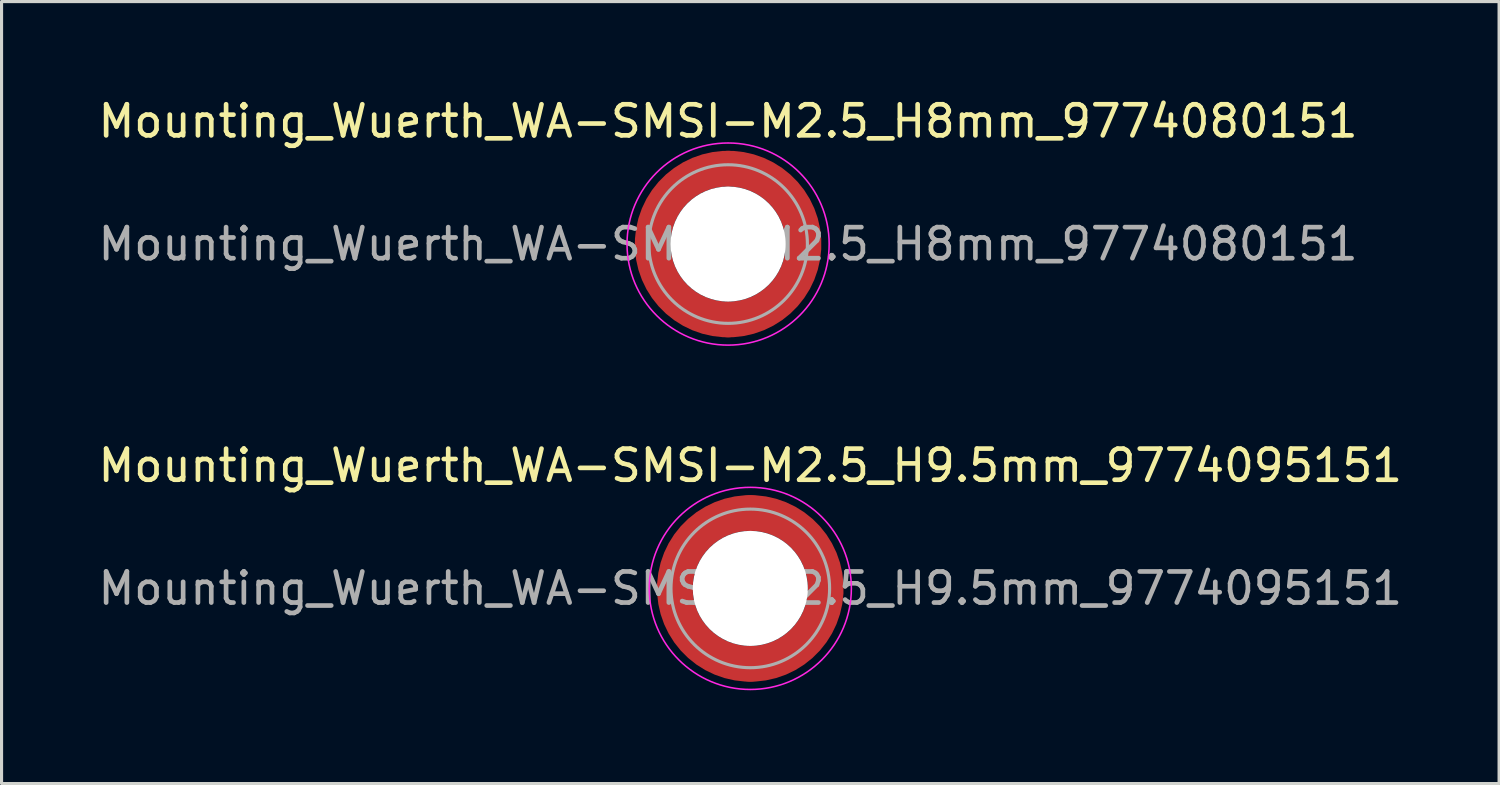
<source format=kicad_pcb>
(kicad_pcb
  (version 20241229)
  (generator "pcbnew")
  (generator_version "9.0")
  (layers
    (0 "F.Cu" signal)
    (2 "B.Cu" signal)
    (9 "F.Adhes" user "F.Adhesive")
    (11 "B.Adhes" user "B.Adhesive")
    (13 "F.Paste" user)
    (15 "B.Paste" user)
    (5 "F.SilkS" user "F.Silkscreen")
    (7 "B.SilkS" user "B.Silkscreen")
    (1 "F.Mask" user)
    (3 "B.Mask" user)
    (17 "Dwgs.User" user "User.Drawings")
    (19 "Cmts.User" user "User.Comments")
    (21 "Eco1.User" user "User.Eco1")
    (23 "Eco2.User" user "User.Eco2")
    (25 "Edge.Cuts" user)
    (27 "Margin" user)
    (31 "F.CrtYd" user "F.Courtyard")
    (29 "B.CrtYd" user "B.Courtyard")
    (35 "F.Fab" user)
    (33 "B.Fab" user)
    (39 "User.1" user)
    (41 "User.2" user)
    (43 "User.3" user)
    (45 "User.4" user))
  (footprint "Mounting_Wuerth_WA-SMSI-M2.5_H9.5mm_9774095151"
    (layer "F.Cu")
    (at 21.077 15.871)
    (property "Reference" "Mounting_Wuerth_WA-SMSI-M2.5_H9.5mm_9774095151" (at 0 -3.95 0) (layer "F.SilkS") (effects (font (size 1 1) (thickness 0.15))))
    (attr smd)
    (fp_circle (center 0 0) (end 3.25 0) (stroke (width 0.05) (type solid)) (fill no) (layer "F.CrtYd"))
    (fp_circle (center 0 0) (end 2.55 0) (stroke (width 0.1) (type solid)) (fill no) (layer "F.Fab"))
    (fp_text user "${REFERENCE}" (at 0 0 0) (layer "F.Fab") (effects (font (size 1 1) (thickness 0.15))))
    (pad "" smd custom (at -1.704 -1.704) (size 0.51 0.51) (layers "F.Paste") (options (anchor circle)) (primitives (gr_arc (start -0.250195 1.279127) (mid 0.289914 0.289914) (end 1.279127 -0.250195) (width 0.2)) (gr_arc (start -0.34334 1.279127) (mid 0.225488 0.225488) (end 1.279127 -0.34334) (width 0.2)) (gr_arc (start -0.436309 1.279127) (mid 0.161063 0.161063) (end 1.279127 -0.436309) (width 0.2)) (gr_arc (start -0.529126 1.279127) (mid 0.096638 0.096638) (end 1.279127 -0.529126) (width 0.2)) (gr_arc (start -0.621807 1.279127) (mid 0.032213 0.032213) (end 1.279127 -0.621807) (width 0.2)) (gr_arc (start -0.71437 1.279127) (mid -0.032213 -0.032213) (end 1.279127 -0.71437) (width 0.2)) (gr_arc (start -0.806826 1.279127) (mid -0.096638 -0.096638) (end 1.279127 -0.806826) (width 0.2)) (gr_arc (start -0.899187 1.279127) (mid -0.161063 -0.161063) (end 1.279127 -0.899187) (width 0.2)) (gr_arc (start -0.991463 1.279127) (mid -0.225488 -0.225488) (end 1.279127 -0.991463) (width 0.2)) (gr_arc (start -1.083663 1.279127) (mid -0.289914 -0.289914) (end 1.279127 -1.083663) (width 0.2)) (gr_line (start 1.279 -0.25) (end 1.279 -1.084) (width 0.2)) (gr_line (start -0.25 1.279) (end -1.084 1.279) (width 0.2))))
    (pad "" smd custom (at -1.704 1.704) (size 0.51 0.51) (layers "F.Paste") (options (anchor circle)) (primitives (gr_arc (start 1.279127 0.250195) (mid 0.289914 -0.289914) (end -0.250195 -1.279127) (width 0.2)) (gr_arc (start 1.279127 0.34334) (mid 0.225488 -0.225488) (end -0.34334 -1.279127) (width 0.2)) (gr_arc (start 1.279127 0.436309) (mid 0.161063 -0.161063) (end -0.436309 -1.279127) (width 0.2)) (gr_arc (start 1.279127 0.529126) (mid 0.096638 -0.096638) (end -0.529126 -1.279127) (width 0.2)) (gr_arc (start 1.279127 0.621807) (mid 0.032213 -0.032213) (end -0.621807 -1.279127) (width 0.2)) (gr_arc (start 1.279127 0.71437) (mid -0.032213 0.032213) (end -0.71437 -1.279127) (width 0.2)) (gr_arc (start 1.279127 0.806826) (mid -0.096638 0.096638) (end -0.806826 -1.279127) (width 0.2)) (gr_arc (start 1.279127 0.899187) (mid -0.161063 0.161063) (end -0.899187 -1.279127) (width 0.2)) (gr_arc (start 1.279127 0.991463) (mid -0.225488 0.225488) (end -0.991463 -1.279127) (width 0.2)) (gr_arc (start 1.279127 1.083663) (mid -0.289914 0.289914) (end -1.083663 -1.279127) (width 0.2)) (gr_line (start -0.25 -1.279) (end -1.084 -1.279) (width 0.2)) (gr_line (start 1.279 0.25) (end 1.279 1.084) (width 0.2))))
    (pad "" np_thru_hole circle (at 0 0) (size 3.7 3.7) (drill 3.7) (layers "*.Cu" "*.Mask"))
    (pad "" smd custom (at 1.704 -1.704) (size 0.51 0.51) (layers "F.Paste") (options (anchor circle)) (primitives (gr_arc (start -1.279127 -0.250195) (mid -0.289914 0.289914) (end 0.250195 1.279127) (width 0.2)) (gr_arc (start -1.279127 -0.34334) (mid -0.225488 0.225488) (end 0.34334 1.279127) (width 0.2)) (gr_arc (start -1.279127 -0.436309) (mid -0.161063 0.161063) (end 0.436309 1.279127) (width 0.2)) (gr_arc (start -1.279127 -0.529126) (mid -0.096638 0.096638) (end 0.529126 1.279127) (width 0.2)) (gr_arc (start -1.279127 -0.621807) (mid -0.032213 0.032213) (end 0.621807 1.279127) (width 0.2)) (gr_arc (start -1.279127 -0.71437) (mid 0.032213 -0.032213) (end 0.71437 1.279127) (width 0.2)) (gr_arc (start -1.279127 -0.806826) (mid 0.096638 -0.096638) (end 0.806826 1.279127) (width 0.2)) (gr_arc (start -1.279127 -0.899187) (mid 0.161063 -0.161063) (end 0.899187 1.279127) (width 0.2)) (gr_arc (start -1.279127 -0.991463) (mid 0.225488 -0.225488) (end 0.991463 1.279127) (width 0.2)) (gr_arc (start -1.279127 -1.083663) (mid 0.289914 -0.289914) (end 1.083663 1.279127) (width 0.2)) (gr_line (start 0.25 1.279) (end 1.084 1.279) (width 0.2)) (gr_line (start -1.279 -0.25) (end -1.279 -1.084) (width 0.2))))
    (pad "" smd custom (at 1.704 1.704) (size 0.51 0.51) (layers "F.Paste") (options (anchor circle)) (primitives (gr_arc (start 0.250195 -1.279127) (mid -0.289914 -0.289914) (end -1.279127 0.250195) (width 0.2)) (gr_arc (start 0.34334 -1.279127) (mid -0.225488 -0.225488) (end -1.279127 0.34334) (width 0.2)) (gr_arc (start 0.436309 -1.279127) (mid -0.161063 -0.161063) (end -1.279127 0.436309) (width 0.2)) (gr_arc (start 0.529126 -1.279127) (mid -0.096638 -0.096638) (end -1.279127 0.529126) (width 0.2)) (gr_arc (start 0.621807 -1.279127) (mid -0.032213 -0.032213) (end -1.279127 0.621807) (width 0.2)) (gr_arc (start 0.71437 -1.279127) (mid 0.032213 0.032213) (end -1.279127 0.71437) (width 0.2)) (gr_arc (start 0.806826 -1.279127) (mid 0.096638 0.096638) (end -1.279127 0.806826) (width 0.2)) (gr_arc (start 0.899187 -1.279127) (mid 0.161063 0.161063) (end -1.279127 0.899187) (width 0.2)) (gr_arc (start 0.991463 -1.279127) (mid 0.225488 0.225488) (end -1.279127 0.991463) (width 0.2)) (gr_arc (start 1.083663 -1.279127) (mid 0.289914 0.289914) (end -1.279127 1.083663) (width 0.2)) (gr_line (start -1.279 0.25) (end -1.279 1.084) (width 0.2)) (gr_line (start 0.25 -1.279) (end 1.084 -1.279) (width 0.2))))
    (pad "1" smd circle (at -2.425 0) (size 1.15 1.15) (layers "F.Cu"))
    (pad "1" smd circle (at 0 -2.425) (size 1.15 1.15) (layers "F.Cu"))
    (pad "1" smd circle (at 0 2.425) (size 1.15 1.15) (layers "F.Cu"))
    (pad "1" smd custom (at 2.425 0) (size 1.15 1.15) (layers "F.Cu" "F.Mask") (options (anchor circle)) (primitives (gr_circle (center -2.425 0) (end 0 0) (width 1.15) (fill no)))))
  (footprint "Mounting_Wuerth_WA-SMSI-M2.5_H8mm_9774080151"
    (layer "F.Cu")
    (at 20.363 4.798)
    (property "Reference" "Mounting_Wuerth_WA-SMSI-M2.5_H8mm_9774080151" (at 0 -3.95 0) (layer "F.SilkS") (effects (font (size 1 1) (thickness 0.15))))
    (attr smd)
    (fp_circle (center 0 0) (end 3.25 0) (stroke (width 0.05) (type solid)) (fill no) (layer "F.CrtYd"))
    (fp_circle (center 0 0) (end 2.55 0) (stroke (width 0.1) (type solid)) (fill no) (layer "F.Fab"))
    (fp_text user "${REFERENCE}" (at 0 0 0) (layer "F.Fab") (effects (font (size 1 1) (thickness 0.15))))
    (pad "" smd custom (at -1.704 -1.704) (size 0.51 0.51) (layers "F.Paste") (options (anchor circle)) (primitives (gr_arc (start -0.250195 1.279127) (mid 0.289914 0.289914) (end 1.279127 -0.250195) (width 0.2)) (gr_arc (start -0.34334 1.279127) (mid 0.225488 0.225488) (end 1.279127 -0.34334) (width 0.2)) (gr_arc (start -0.436309 1.279127) (mid 0.161063 0.161063) (end 1.279127 -0.436309) (width 0.2)) (gr_arc (start -0.529126 1.279127) (mid 0.096638 0.096638) (end 1.279127 -0.529126) (width 0.2)) (gr_arc (start -0.621807 1.279127) (mid 0.032213 0.032213) (end 1.279127 -0.621807) (width 0.2)) (gr_arc (start -0.71437 1.279127) (mid -0.032213 -0.032213) (end 1.279127 -0.71437) (width 0.2)) (gr_arc (start -0.806826 1.279127) (mid -0.096638 -0.096638) (end 1.279127 -0.806826) (width 0.2)) (gr_arc (start -0.899187 1.279127) (mid -0.161063 -0.161063) (end 1.279127 -0.899187) (width 0.2)) (gr_arc (start -0.991463 1.279127) (mid -0.225488 -0.225488) (end 1.279127 -0.991463) (width 0.2)) (gr_arc (start -1.083663 1.279127) (mid -0.289914 -0.289914) (end 1.279127 -1.083663) (width 0.2)) (gr_line (start 1.279 -0.25) (end 1.279 -1.084) (width 0.2)) (gr_line (start -0.25 1.279) (end -1.084 1.279) (width 0.2))))
    (pad "" smd custom (at -1.704 1.704) (size 0.51 0.51) (layers "F.Paste") (options (anchor circle)) (primitives (gr_arc (start 1.279127 0.250195) (mid 0.289914 -0.289914) (end -0.250195 -1.279127) (width 0.2)) (gr_arc (start 1.279127 0.34334) (mid 0.225488 -0.225488) (end -0.34334 -1.279127) (width 0.2)) (gr_arc (start 1.279127 0.436309) (mid 0.161063 -0.161063) (end -0.436309 -1.279127) (width 0.2)) (gr_arc (start 1.279127 0.529126) (mid 0.096638 -0.096638) (end -0.529126 -1.279127) (width 0.2)) (gr_arc (start 1.279127 0.621807) (mid 0.032213 -0.032213) (end -0.621807 -1.279127) (width 0.2)) (gr_arc (start 1.279127 0.71437) (mid -0.032213 0.032213) (end -0.71437 -1.279127) (width 0.2)) (gr_arc (start 1.279127 0.806826) (mid -0.096638 0.096638) (end -0.806826 -1.279127) (width 0.2)) (gr_arc (start 1.279127 0.899187) (mid -0.161063 0.161063) (end -0.899187 -1.279127) (width 0.2)) (gr_arc (start 1.279127 0.991463) (mid -0.225488 0.225488) (end -0.991463 -1.279127) (width 0.2)) (gr_arc (start 1.279127 1.083663) (mid -0.289914 0.289914) (end -1.083663 -1.279127) (width 0.2)) (gr_line (start -0.25 -1.279) (end -1.084 -1.279) (width 0.2)) (gr_line (start 1.279 0.25) (end 1.279 1.084) (width 0.2))))
    (pad "" np_thru_hole circle (at 0 0) (size 3.7 3.7) (drill 3.7) (layers "*.Cu" "*.Mask"))
    (pad "" smd custom (at 1.704 -1.704) (size 0.51 0.51) (layers "F.Paste") (options (anchor circle)) (primitives (gr_arc (start -1.279127 -0.250195) (mid -0.289914 0.289914) (end 0.250195 1.279127) (width 0.2)) (gr_arc (start -1.279127 -0.34334) (mid -0.225488 0.225488) (end 0.34334 1.279127) (width 0.2)) (gr_arc (start -1.279127 -0.436309) (mid -0.161063 0.161063) (end 0.436309 1.279127) (width 0.2)) (gr_arc (start -1.279127 -0.529126) (mid -0.096638 0.096638) (end 0.529126 1.279127) (width 0.2)) (gr_arc (start -1.279127 -0.621807) (mid -0.032213 0.032213) (end 0.621807 1.279127) (width 0.2)) (gr_arc (start -1.279127 -0.71437) (mid 0.032213 -0.032213) (end 0.71437 1.279127) (width 0.2)) (gr_arc (start -1.279127 -0.806826) (mid 0.096638 -0.096638) (end 0.806826 1.279127) (width 0.2)) (gr_arc (start -1.279127 -0.899187) (mid 0.161063 -0.161063) (end 0.899187 1.279127) (width 0.2)) (gr_arc (start -1.279127 -0.991463) (mid 0.225488 -0.225488) (end 0.991463 1.279127) (width 0.2)) (gr_arc (start -1.279127 -1.083663) (mid 0.289914 -0.289914) (end 1.083663 1.279127) (width 0.2)) (gr_line (start 0.25 1.279) (end 1.084 1.279) (width 0.2)) (gr_line (start -1.279 -0.25) (end -1.279 -1.084) (width 0.2))))
    (pad "" smd custom (at 1.704 1.704) (size 0.51 0.51) (layers "F.Paste") (options (anchor circle)) (primitives (gr_arc (start 0.250195 -1.279127) (mid -0.289914 -0.289914) (end -1.279127 0.250195) (width 0.2)) (gr_arc (start 0.34334 -1.279127) (mid -0.225488 -0.225488) (end -1.279127 0.34334) (width 0.2)) (gr_arc (start 0.436309 -1.279127) (mid -0.161063 -0.161063) (end -1.279127 0.436309) (width 0.2)) (gr_arc (start 0.529126 -1.279127) (mid -0.096638 -0.096638) (end -1.279127 0.529126) (width 0.2)) (gr_arc (start 0.621807 -1.279127) (mid -0.032213 -0.032213) (end -1.279127 0.621807) (width 0.2)) (gr_arc (start 0.71437 -1.279127) (mid 0.032213 0.032213) (end -1.279127 0.71437) (width 0.2)) (gr_arc (start 0.806826 -1.279127) (mid 0.096638 0.096638) (end -1.279127 0.806826) (width 0.2)) (gr_arc (start 0.899187 -1.279127) (mid 0.161063 0.161063) (end -1.279127 0.899187) (width 0.2)) (gr_arc (start 0.991463 -1.279127) (mid 0.225488 0.225488) (end -1.279127 0.991463) (width 0.2)) (gr_arc (start 1.083663 -1.279127) (mid 0.289914 0.289914) (end -1.279127 1.083663) (width 0.2)) (gr_line (start -1.279 0.25) (end -1.279 1.084) (width 0.2)) (gr_line (start 0.25 -1.279) (end 1.084 -1.279) (width 0.2))))
    (pad "1" smd circle (at -2.425 0) (size 1.15 1.15) (layers "F.Cu"))
    (pad "1" smd circle (at 0 -2.425) (size 1.15 1.15) (layers "F.Cu"))
    (pad "1" smd circle (at 0 2.425) (size 1.15 1.15) (layers "F.Cu"))
    (pad "1" smd custom (at 2.425 0) (size 1.15 1.15) (layers "F.Cu" "F.Mask") (options (anchor circle)) (primitives (gr_circle (center -2.425 0) (end 0 0) (width 1.15) (fill no)))))
  (gr_rect
    (start -3 -3)
    (end 45.155 22.146)
    (stroke (width 0.1) (type default))
    (fill no)
    (layer "Edge.Cuts")))
</source>
